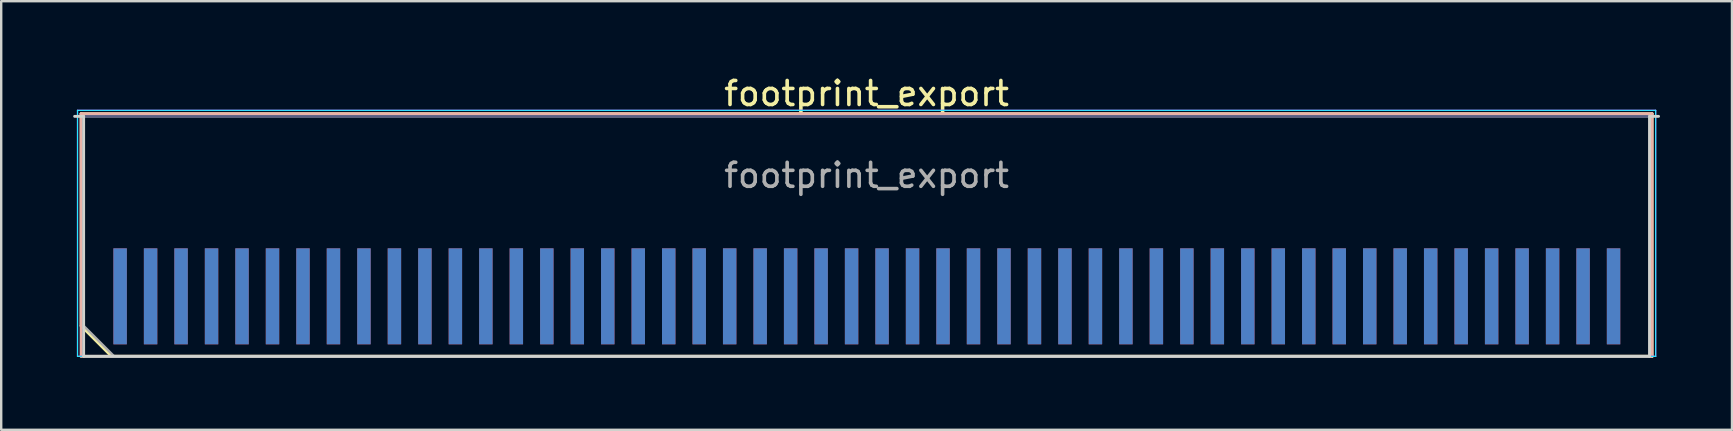
<source format=kicad_pcb>
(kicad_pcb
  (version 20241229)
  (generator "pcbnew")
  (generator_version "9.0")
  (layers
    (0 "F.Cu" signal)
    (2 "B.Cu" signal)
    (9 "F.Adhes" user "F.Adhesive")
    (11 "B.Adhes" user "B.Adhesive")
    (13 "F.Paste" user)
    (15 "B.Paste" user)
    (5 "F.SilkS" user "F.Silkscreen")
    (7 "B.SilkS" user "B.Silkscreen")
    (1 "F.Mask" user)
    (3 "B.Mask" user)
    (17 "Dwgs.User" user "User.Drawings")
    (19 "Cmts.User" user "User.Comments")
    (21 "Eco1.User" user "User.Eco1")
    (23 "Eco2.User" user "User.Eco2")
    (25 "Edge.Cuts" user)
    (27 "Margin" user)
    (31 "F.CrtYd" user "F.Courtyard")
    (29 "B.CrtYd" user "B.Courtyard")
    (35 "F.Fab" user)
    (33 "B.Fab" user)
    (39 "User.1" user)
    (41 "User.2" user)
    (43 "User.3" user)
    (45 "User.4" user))
  (footprint "footprint_export"
    (layer "F.Cu")
    (at 33.06 6.798)
    (property "Reference" "footprint_export" (at 0 -5.95 0) (layer "F.SilkS") (effects (font (size 1 1) (thickness 0.15))))
    (attr exclude_from_pos_files exclude_from_bom)
    (fp_line (start -32.73 -5.11) (end 32.73 -5.11) (stroke (width 0.12) (type solid)) (layer "F.SilkS"))
    (fp_line (start -32.73 3.73) (end -32.73 -5.11) (stroke (width 0.12) (type solid)) (layer "F.SilkS"))
    (fp_line (start -31.46 5) (end -32.73 3.73) (stroke (width 0.12) (type solid)) (layer "F.SilkS"))
    (fp_line (start -31.46 5) (end 32.73 5) (stroke (width 0.12) (type solid)) (layer "F.SilkS"))
    (fp_line (start 32.73 5) (end 32.73 -5.11) (stroke (width 0.12) (type solid)) (layer "F.SilkS"))
    (fp_line (start -32.73 -5.11) (end 32.73 -5.11) (stroke (width 0.12) (type solid)) (layer "B.SilkS"))
    (fp_line (start -32.73 5) (end -32.73 -5.11) (stroke (width 0.12) (type solid)) (layer "B.SilkS"))
    (fp_line (start -32.73 5) (end 32.73 5) (stroke (width 0.12) (type solid)) (layer "B.SilkS"))
    (fp_line (start 32.73 5) (end 32.73 -5.11) (stroke (width 0.12) (type solid)) (layer "B.SilkS"))
    (fp_line (start -33 -5) (end -32.625 -5) (stroke (width 0.12) (type solid)) (layer "Edge.Cuts"))
    (fp_line (start -32.625 5) (end -32.625 -5) (stroke (width 0.12) (type solid)) (layer "Edge.Cuts"))
    (fp_line (start -32.625 5) (end 32.625 5) (stroke (width 0.12) (type solid)) (layer "Edge.Cuts"))
    (fp_line (start 32.625 5) (end 32.625 -5) (stroke (width 0.12) (type solid)) (layer "Edge.Cuts"))
    (fp_line (start 33 -5) (end 32.625 -5) (stroke (width 0.12) (type solid)) (layer "Edge.Cuts"))
    (fp_line (start -32.88 -5.25) (end -32.88 5) (stroke (width 0.05) (type solid)) (layer "B.CrtYd"))
    (fp_line (start -32.88 5) (end 32.88 5) (stroke (width 0.05) (type solid)) (layer "B.CrtYd"))
    (fp_line (start 32.88 -5.25) (end -32.88 -5.25) (stroke (width 0.05) (type solid)) (layer "B.CrtYd"))
    (fp_line (start 32.88 5) (end 32.88 -5.25) (stroke (width 0.05) (type solid)) (layer "B.CrtYd"))
    (fp_line (start -32.88 -5.25) (end -32.88 5) (stroke (width 0.05) (type solid)) (layer "F.CrtYd"))
    (fp_line (start -32.88 5) (end 32.88 5) (stroke (width 0.05) (type solid)) (layer "F.CrtYd"))
    (fp_line (start 32.88 -5.25) (end -32.88 -5.25) (stroke (width 0.05) (type solid)) (layer "F.CrtYd"))
    (fp_line (start 32.88 5) (end 32.88 -5.25) (stroke (width 0.05) (type solid)) (layer "F.CrtYd"))
    (fp_line (start -32.625 -5) (end 32.625 -5) (stroke (width 0.1) (type solid)) (layer "B.Fab"))
    (fp_line (start -32.625 5) (end -32.625 -5) (stroke (width 0.1) (type solid)) (layer "B.Fab"))
    (fp_line (start -32.625 5) (end 32.625 5) (stroke (width 0.1) (type solid)) (layer "B.Fab"))
    (fp_line (start 32.625 5) (end 32.625 -5) (stroke (width 0.1) (type solid)) (layer "B.Fab"))
    (fp_line (start -32.625 -5) (end 32.625 -5) (stroke (width 0.1) (type solid)) (layer "F.Fab"))
    (fp_line (start -32.625 3.73) (end -32.625 -5) (stroke (width 0.1) (type solid)) (layer "F.Fab"))
    (fp_line (start -32.625 3.73) (end -31.355 5) (stroke (width 0.1) (type solid)) (layer "F.Fab"))
    (fp_line (start -31.355 5) (end 32.625 5) (stroke (width 0.1) (type solid)) (layer "F.Fab"))
    (fp_line (start 32.625 5) (end 32.625 -5) (stroke (width 0.1) (type solid)) (layer "F.Fab"))
    (fp_text user "${REFERENCE}" (at 0 -2.54 0) (layer "F.Fab") (effects (font (size 1 1) (thickness 0.15))))
    (pad "1" connect rect (at -31.105 2.5) (size 0.56 4) (layers "F.Cu" "F.Mask"))
    (pad "2" connect rect (at -31.105 2.5) (size 0.56 4) (layers "B.Cu" "B.Mask"))
    (pad "3" connect rect (at -29.835 2.5) (size 0.56 4) (layers "F.Cu" "F.Mask"))
    (pad "4" connect rect (at -29.835 2.5) (size 0.56 4) (layers "B.Cu" "B.Mask"))
    (pad "5" connect rect (at -28.565 2.5) (size 0.56 4) (layers "F.Cu" "F.Mask"))
    (pad "6" connect rect (at -28.565 2.5) (size 0.56 4) (layers "B.Cu" "B.Mask"))
    (pad "7" connect rect (at -27.295 2.5) (size 0.56 4) (layers "F.Cu" "F.Mask"))
    (pad "8" connect rect (at -27.295 2.5) (size 0.56 4) (layers "B.Cu" "B.Mask"))
    (pad "9" connect rect (at -26.025 2.5) (size 0.56 4) (layers "F.Cu" "F.Mask"))
    (pad "10" connect rect (at -26.025 2.5) (size 0.56 4) (layers "B.Cu" "B.Mask"))
    (pad "11" connect rect (at -24.755 2.5) (size 0.56 4) (layers "F.Cu" "F.Mask"))
    (pad "12" connect rect (at -24.755 2.5) (size 0.56 4) (layers "B.Cu" "B.Mask"))
    (pad "13" connect rect (at -23.485 2.5) (size 0.56 4) (layers "F.Cu" "F.Mask"))
    (pad "14" connect rect (at -23.485 2.5) (size 0.56 4) (layers "B.Cu" "B.Mask"))
    (pad "15" connect rect (at -22.215 2.5) (size 0.56 4) (layers "F.Cu" "F.Mask"))
    (pad "16" connect rect (at -22.215 2.5) (size 0.56 4) (layers "B.Cu" "B.Mask"))
    (pad "17" connect rect (at -20.945 2.5) (size 0.56 4) (layers "F.Cu" "F.Mask"))
    (pad "18" connect rect (at -20.945 2.5) (size 0.56 4) (layers "B.Cu" "B.Mask"))
    (pad "19" connect rect (at -19.675 2.5) (size 0.56 4) (layers "F.Cu" "F.Mask"))
    (pad "20" connect rect (at -19.675 2.5) (size 0.56 4) (layers "B.Cu" "B.Mask"))
    (pad "21" connect rect (at -18.405 2.5) (size 0.56 4) (layers "F.Cu" "F.Mask"))
    (pad "22" connect rect (at -18.405 2.5) (size 0.56 4) (layers "B.Cu" "B.Mask"))
    (pad "23" connect rect (at -17.135 2.5) (size 0.56 4) (layers "F.Cu" "F.Mask"))
    (pad "24" connect rect (at -17.135 2.5) (size 0.56 4) (layers "B.Cu" "B.Mask"))
    (pad "25" connect rect (at -15.865 2.5) (size 0.56 4) (layers "F.Cu" "F.Mask"))
    (pad "26" connect rect (at -15.865 2.5) (size 0.56 4) (layers "B.Cu" "B.Mask"))
    (pad "27" connect rect (at -14.595 2.5) (size 0.56 4) (layers "F.Cu" "F.Mask"))
    (pad "28" connect rect (at -14.595 2.5) (size 0.56 4) (layers "B.Cu" "B.Mask"))
    (pad "29" connect rect (at -13.325 2.5) (size 0.56 4) (layers "F.Cu" "F.Mask"))
    (pad "30" connect rect (at -13.325 2.5) (size 0.56 4) (layers "B.Cu" "B.Mask"))
    (pad "31" connect rect (at -12.055 2.5) (size 0.56 4) (layers "F.Cu" "F.Mask"))
    (pad "32" connect rect (at -12.055 2.5) (size 0.56 4) (layers "B.Cu" "B.Mask"))
    (pad "33" connect rect (at -10.785 2.5) (size 0.56 4) (layers "F.Cu" "F.Mask"))
    (pad "34" connect rect (at -10.785 2.5) (size 0.56 4) (layers "B.Cu" "B.Mask"))
    (pad "35" connect rect (at -9.515 2.5) (size 0.56 4) (layers "F.Cu" "F.Mask"))
    (pad "36" connect rect (at -9.515 2.5) (size 0.56 4) (layers "B.Cu" "B.Mask"))
    (pad "37" connect rect (at -8.245 2.5) (size 0.56 4) (layers "F.Cu" "F.Mask"))
    (pad "38" connect rect (at -8.245 2.5) (size 0.56 4) (layers "B.Cu" "B.Mask"))
    (pad "39" connect rect (at -6.975 2.5) (size 0.56 4) (layers "F.Cu" "F.Mask"))
    (pad "40" connect rect (at -6.975 2.5) (size 0.56 4) (layers "B.Cu" "B.Mask"))
    (pad "41" connect rect (at -5.705 2.5) (size 0.56 4) (layers "F.Cu" "F.Mask"))
    (pad "42" connect rect (at -5.705 2.5) (size 0.56 4) (layers "B.Cu" "B.Mask"))
    (pad "43" connect rect (at -4.435 2.5) (size 0.56 4) (layers "F.Cu" "F.Mask"))
    (pad "44" connect rect (at -4.435 2.5) (size 0.56 4) (layers "B.Cu" "B.Mask"))
    (pad "45" connect rect (at -3.165 2.5) (size 0.56 4) (layers "F.Cu" "F.Mask"))
    (pad "46" connect rect (at -3.165 2.5) (size 0.56 4) (layers "B.Cu" "B.Mask"))
    (pad "47" connect rect (at -1.895 2.5) (size 0.56 4) (layers "F.Cu" "F.Mask"))
    (pad "48" connect rect (at -1.895 2.5) (size 0.56 4) (layers "B.Cu" "B.Mask"))
    (pad "49" connect rect (at -0.625 2.5) (size 0.56 4) (layers "F.Cu" "F.Mask"))
    (pad "50" connect rect (at -0.625 2.5) (size 0.56 4) (layers "B.Cu" "B.Mask"))
    (pad "51" connect rect (at 0.645 2.5) (size 0.56 4) (layers "F.Cu" "F.Mask"))
    (pad "52" connect rect (at 0.645 2.5) (size 0.56 4) (layers "B.Cu" "B.Mask"))
    (pad "53" connect rect (at 1.915 2.5) (size 0.56 4) (layers "F.Cu" "F.Mask"))
    (pad "54" connect rect (at 1.915 2.5) (size 0.56 4) (layers "B.Cu" "B.Mask"))
    (pad "55" connect rect (at 3.185 2.5) (size 0.56 4) (layers "F.Cu" "F.Mask"))
    (pad "56" connect rect (at 3.185 2.5) (size 0.56 4) (layers "B.Cu" "B.Mask"))
    (pad "57" connect rect (at 4.455 2.5) (size 0.56 4) (layers "F.Cu" "F.Mask"))
    (pad "58" connect rect (at 4.455 2.5) (size 0.56 4) (layers "B.Cu" "B.Mask"))
    (pad "59" connect rect (at 5.725 2.5) (size 0.56 4) (layers "F.Cu" "F.Mask"))
    (pad "60" connect rect (at 5.725 2.5) (size 0.56 4) (layers "B.Cu" "B.Mask"))
    (pad "61" connect rect (at 6.995 2.5) (size 0.56 4) (layers "F.Cu" "F.Mask"))
    (pad "62" connect rect (at 6.995 2.5) (size 0.56 4) (layers "B.Cu" "B.Mask"))
    (pad "63" connect rect (at 8.265 2.5) (size 0.56 4) (layers "F.Cu" "F.Mask"))
    (pad "64" connect rect (at 8.265 2.5) (size 0.56 4) (layers "B.Cu" "B.Mask"))
    (pad "65" connect rect (at 9.535 2.5) (size 0.56 4) (layers "F.Cu" "F.Mask"))
    (pad "66" connect rect (at 9.535 2.5) (size 0.56 4) (layers "B.Cu" "B.Mask"))
    (pad "67" connect rect (at 10.805 2.5) (size 0.56 4) (layers "F.Cu" "F.Mask"))
    (pad "68" connect rect (at 10.805 2.5) (size 0.56 4) (layers "B.Cu" "B.Mask"))
    (pad "69" connect rect (at 12.075 2.5) (size 0.56 4) (layers "F.Cu" "F.Mask"))
    (pad "70" connect rect (at 12.075 2.5) (size 0.56 4) (layers "B.Cu" "B.Mask"))
    (pad "71" connect rect (at 13.345 2.5) (size 0.56 4) (layers "F.Cu" "F.Mask"))
    (pad "72" connect rect (at 13.345 2.5) (size 0.56 4) (layers "B.Cu" "B.Mask"))
    (pad "73" connect rect (at 14.615 2.5) (size 0.56 4) (layers "F.Cu" "F.Mask"))
    (pad "74" connect rect (at 14.615 2.5) (size 0.56 4) (layers "B.Cu" "B.Mask"))
    (pad "75" connect rect (at 15.885 2.5) (size 0.56 4) (layers "F.Cu" "F.Mask"))
    (pad "76" connect rect (at 15.885 2.5) (size 0.56 4) (layers "B.Cu" "B.Mask"))
    (pad "77" connect rect (at 17.155 2.5) (size 0.56 4) (layers "F.Cu" "F.Mask"))
    (pad "78" connect rect (at 17.155 2.5) (size 0.56 4) (layers "B.Cu" "B.Mask"))
    (pad "79" connect rect (at 18.425 2.5) (size 0.56 4) (layers "F.Cu" "F.Mask"))
    (pad "80" connect rect (at 18.425 2.5) (size 0.56 4) (layers "B.Cu" "B.Mask"))
    (pad "81" connect rect (at 19.695 2.5) (size 0.56 4) (layers "F.Cu" "F.Mask"))
    (pad "82" connect rect (at 19.695 2.5) (size 0.56 4) (layers "B.Cu" "B.Mask"))
    (pad "83" connect rect (at 20.965 2.5) (size 0.56 4) (layers "F.Cu" "F.Mask"))
    (pad "84" connect rect (at 20.965 2.5) (size 0.56 4) (layers "B.Cu" "B.Mask"))
    (pad "85" connect rect (at 22.235 2.5) (size 0.56 4) (layers "F.Cu" "F.Mask"))
    (pad "86" connect rect (at 22.235 2.5) (size 0.56 4) (layers "B.Cu" "B.Mask"))
    (pad "87" connect rect (at 23.505 2.5) (size 0.56 4) (layers "F.Cu" "F.Mask"))
    (pad "88" connect rect (at 23.505 2.5) (size 0.56 4) (layers "B.Cu" "B.Mask"))
    (pad "89" connect rect (at 24.775 2.5) (size 0.56 4) (layers "F.Cu" "F.Mask"))
    (pad "90" connect rect (at 24.775 2.5) (size 0.56 4) (layers "B.Cu" "B.Mask"))
    (pad "91" connect rect (at 26.045 2.5) (size 0.56 4) (layers "F.Cu" "F.Mask"))
    (pad "92" connect rect (at 26.045 2.5) (size 0.56 4) (layers "B.Cu" "B.Mask"))
    (pad "93" connect rect (at 27.315 2.5) (size 0.56 4) (layers "F.Cu" "F.Mask"))
    (pad "94" connect rect (at 27.315 2.5) (size 0.56 4) (layers "B.Cu" "B.Mask"))
    (pad "95" connect rect (at 28.585 2.5) (size 0.56 4) (layers "F.Cu" "F.Mask"))
    (pad "96" connect rect (at 28.585 2.5) (size 0.56 4) (layers "B.Cu" "B.Mask"))
    (pad "97" connect rect (at 29.855 2.5) (size 0.56 4) (layers "F.Cu" "F.Mask"))
    (pad "98" connect rect (at 29.855 2.5) (size 0.56 4) (layers "B.Cu" "B.Mask"))
    (pad "99" connect rect (at 31.125 2.5) (size 0.56 4) (layers "F.Cu" "F.Mask"))
    (pad "100" connect rect (at 31.125 2.5) (size 0.56 4) (layers "B.Cu" "B.Mask")))
  (gr_rect
    (start -3 -3)
    (end 69.12 14.858)
    (stroke (width 0.1) (type default))
    (fill no)
    (layer "Edge.Cuts")))
</source>
